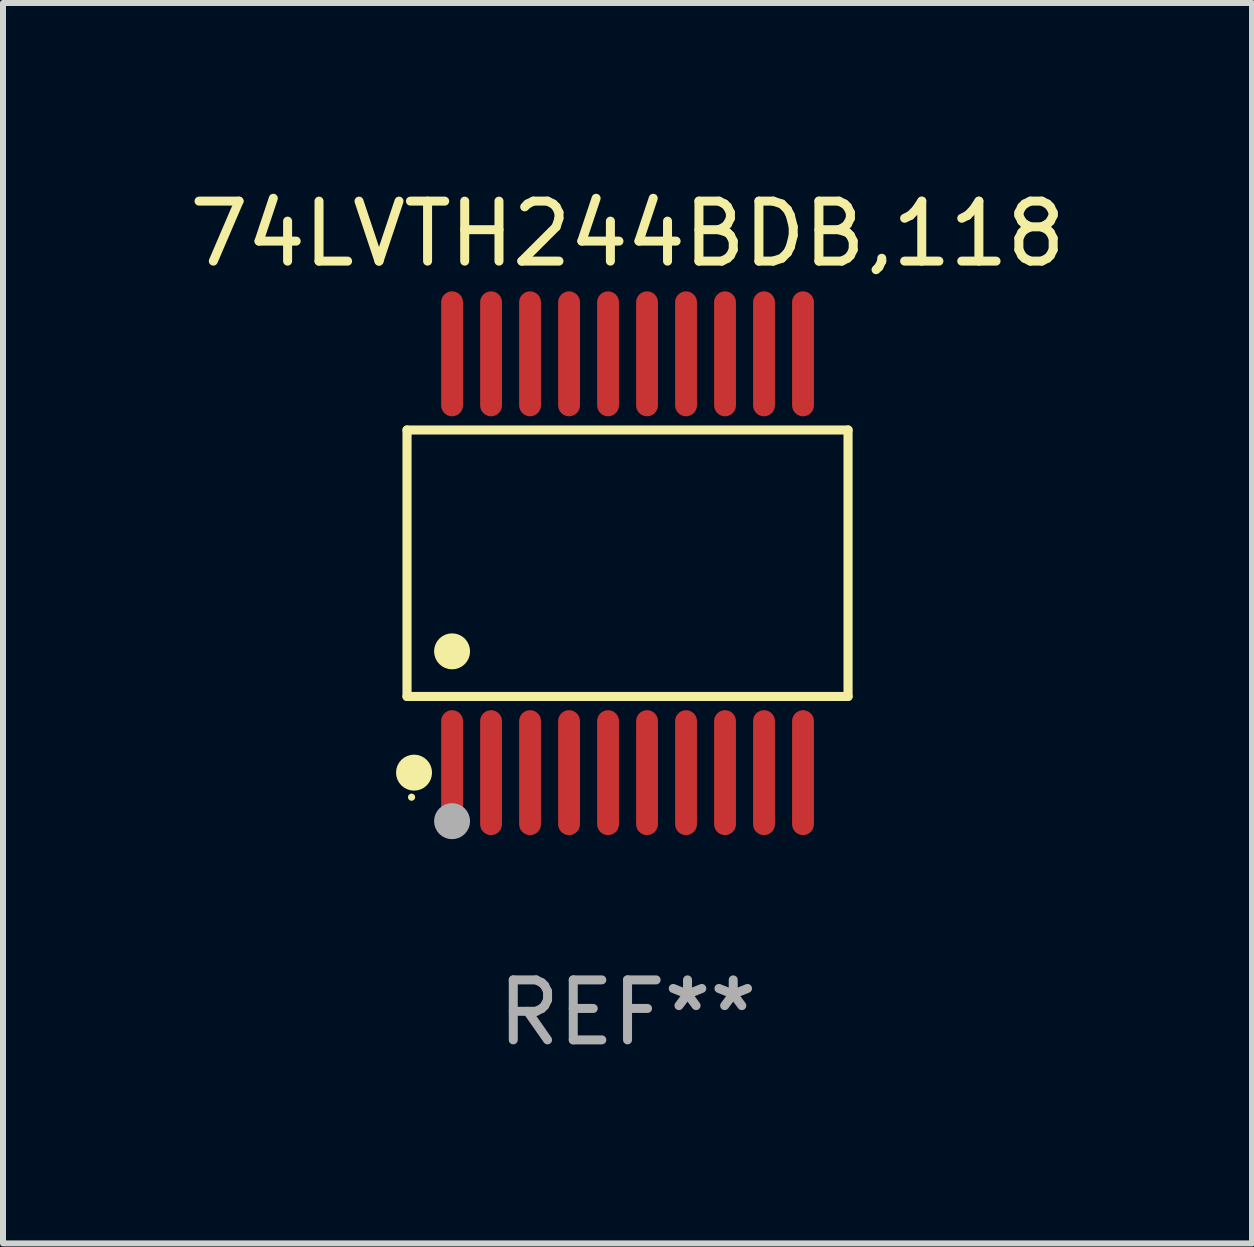
<source format=kicad_pcb>
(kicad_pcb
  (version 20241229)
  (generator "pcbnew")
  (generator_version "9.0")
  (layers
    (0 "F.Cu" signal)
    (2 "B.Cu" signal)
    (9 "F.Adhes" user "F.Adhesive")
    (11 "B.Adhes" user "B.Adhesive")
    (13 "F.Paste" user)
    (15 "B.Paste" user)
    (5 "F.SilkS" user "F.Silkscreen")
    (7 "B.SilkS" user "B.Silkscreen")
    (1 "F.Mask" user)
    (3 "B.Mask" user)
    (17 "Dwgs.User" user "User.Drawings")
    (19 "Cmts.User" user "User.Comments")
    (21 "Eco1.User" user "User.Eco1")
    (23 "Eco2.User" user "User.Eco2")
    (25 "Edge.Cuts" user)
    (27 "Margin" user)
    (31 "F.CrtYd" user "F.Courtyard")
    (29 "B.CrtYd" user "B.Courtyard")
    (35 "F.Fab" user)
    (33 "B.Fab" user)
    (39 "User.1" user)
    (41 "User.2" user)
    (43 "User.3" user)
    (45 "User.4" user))
  (footprint "74LVTH244BDB,118"
    (layer "F.Cu")
    (at 7.411 6.339)
    (property "Reference" "74LVTH244BDB,118" (at 0 -5.491 0) (layer "F.SilkS") (effects (font (size 1 1) (thickness 0.15))))
    (attr through_hole)
    (fp_line (start -3.676 -2.221) (end 3.676 -2.221) (stroke (width 0.152) (type solid)) (layer "F.SilkS"))
    (fp_line (start -3.676 2.221) (end -3.676 -2.221) (stroke (width 0.152) (type solid)) (layer "F.SilkS"))
    (fp_line (start 3.676 -2.221) (end 3.676 2.221) (stroke (width 0.152) (type solid)) (layer "F.SilkS"))
    (fp_line (start 3.676 2.221) (end -3.676 2.221) (stroke (width 0.152) (type solid)) (layer "F.SilkS"))
    (fp_circle (center -3.6 3.9) (end -3.57 3.9) (stroke (width 0.06) (type solid)) (fill no) (layer "F.SilkS"))
    (fp_circle (center -3.559 3.491) (end -3.409 3.491) (stroke (width 0.3) (type solid)) (fill no) (layer "F.SilkS"))
    (fp_circle (center -2.925 1.469) (end -2.775 1.469) (stroke (width 0.3) (type solid)) (fill no) (layer "F.SilkS"))
    (fp_circle (center -2.925 4.3) (end -2.775 4.3) (stroke (width 0.3) (type solid)) (fill no) (layer "F.Fab"))
    (fp_text user "REF**" (at 0 7.491 0) (layer "F.Fab") (effects (font (size 1 1) (thickness 0.15))))
    (pad "1" smd oval (at -2.925 3.491) (size 0.364 2.082) (layers "F.Cu" "F.Mask" "F.Paste"))
    (pad "2" smd oval (at -2.275 3.491) (size 0.364 2.082) (layers "F.Cu" "F.Mask" "F.Paste"))
    (pad "3" smd oval (at -1.625 3.491) (size 0.364 2.082) (layers "F.Cu" "F.Mask" "F.Paste"))
    (pad "4" smd oval (at -0.975 3.491) (size 0.364 2.082) (layers "F.Cu" "F.Mask" "F.Paste"))
    (pad "5" smd oval (at -0.325 3.491) (size 0.364 2.082) (layers "F.Cu" "F.Mask" "F.Paste"))
    (pad "6" smd oval (at 0.325 3.491) (size 0.364 2.082) (layers "F.Cu" "F.Mask" "F.Paste"))
    (pad "7" smd oval (at 0.975 3.491) (size 0.364 2.082) (layers "F.Cu" "F.Mask" "F.Paste"))
    (pad "8" smd oval (at 1.625 3.491) (size 0.364 2.082) (layers "F.Cu" "F.Mask" "F.Paste"))
    (pad "9" smd oval (at 2.275 3.491) (size 0.364 2.082) (layers "F.Cu" "F.Mask" "F.Paste"))
    (pad "10" smd oval (at 2.925 3.491) (size 0.364 2.082) (layers "F.Cu" "F.Mask" "F.Paste"))
    (pad "11" smd oval (at 2.925 -3.491) (size 0.364 2.082) (layers "F.Cu" "F.Mask" "F.Paste"))
    (pad "12" smd oval (at 2.275 -3.491) (size 0.364 2.082) (layers "F.Cu" "F.Mask" "F.Paste"))
    (pad "13" smd oval (at 1.625 -3.491) (size 0.364 2.082) (layers "F.Cu" "F.Mask" "F.Paste"))
    (pad "14" smd oval (at 0.975 -3.491) (size 0.364 2.082) (layers "F.Cu" "F.Mask" "F.Paste"))
    (pad "15" smd oval (at 0.325 -3.491) (size 0.364 2.082) (layers "F.Cu" "F.Mask" "F.Paste"))
    (pad "16" smd oval (at -0.325 -3.491) (size 0.364 2.082) (layers "F.Cu" "F.Mask" "F.Paste"))
    (pad "17" smd oval (at -0.975 -3.491) (size 0.364 2.082) (layers "F.Cu" "F.Mask" "F.Paste"))
    (pad "18" smd oval (at -1.625 -3.491) (size 0.364 2.082) (layers "F.Cu" "F.Mask" "F.Paste"))
    (pad "19" smd oval (at -2.275 -3.491) (size 0.364 2.082) (layers "F.Cu" "F.Mask" "F.Paste"))
    (pad "20" smd oval (at -2.925 -3.491) (size 0.364 2.082) (layers "F.Cu" "F.Mask" "F.Paste")))
  (gr_rect
    (start -3 -3)
    (end 17.821 17.678)
    (stroke (width 0.1) (type default))
    (fill no)
    (layer "Edge.Cuts")))
</source>
